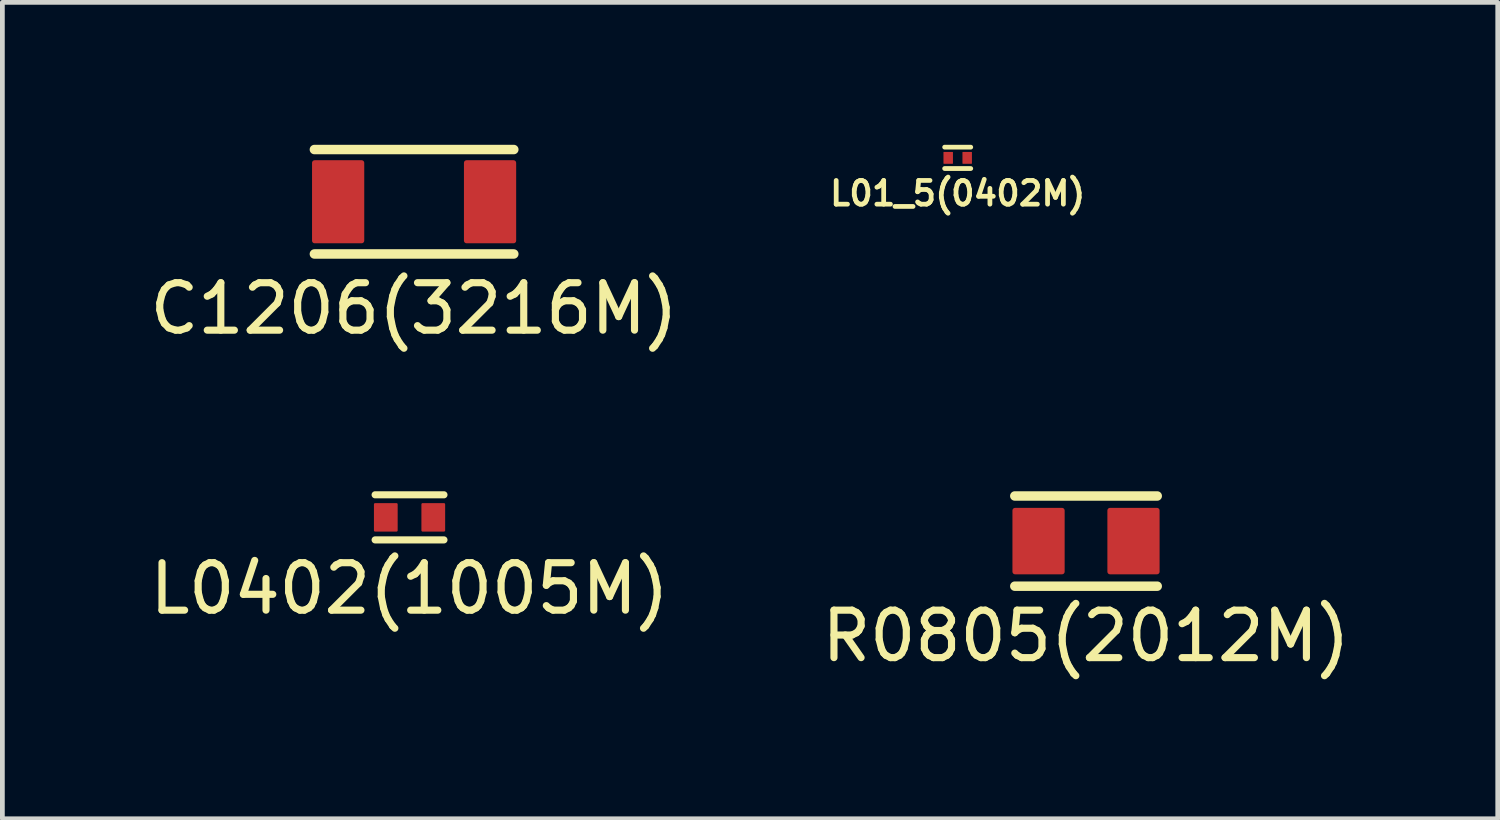
<source format=kicad_pcb>
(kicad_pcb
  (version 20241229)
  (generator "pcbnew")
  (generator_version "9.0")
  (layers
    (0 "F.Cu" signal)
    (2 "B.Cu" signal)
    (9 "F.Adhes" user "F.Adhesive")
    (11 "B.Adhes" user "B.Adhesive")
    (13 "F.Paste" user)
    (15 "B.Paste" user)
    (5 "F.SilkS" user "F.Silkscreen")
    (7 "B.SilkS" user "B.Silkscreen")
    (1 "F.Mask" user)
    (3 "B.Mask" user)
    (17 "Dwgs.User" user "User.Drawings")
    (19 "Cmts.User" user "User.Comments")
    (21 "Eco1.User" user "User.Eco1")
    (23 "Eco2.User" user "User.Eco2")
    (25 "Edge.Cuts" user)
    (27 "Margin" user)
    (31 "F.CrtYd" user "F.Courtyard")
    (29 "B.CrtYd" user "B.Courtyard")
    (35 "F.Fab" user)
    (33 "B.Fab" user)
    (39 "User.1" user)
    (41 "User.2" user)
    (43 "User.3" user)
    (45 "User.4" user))
  (footprint "L01_5(0402M)"
    (layer "F.Cu")
    (at 17.124 0.275)
    (property "Reference" "L01_5(0402M)" (at 0 0.75 0) (layer "F.SilkS") (effects (font (size 0.5 0.5) (thickness 0.1))))
    (attr smd)
    (fp_line (start -0.275 -0.225) (end 0.275 -0.225) (stroke (width 0.1) (type solid)) (layer "F.SilkS"))
    (fp_line (start -0.275 0.225) (end 0.275 0.225) (stroke (width 0.1) (type solid)) (layer "F.SilkS"))
    (pad "1" smd roundrect (at -0.2 0) (size 0.2 0.25) (layers "F.Cu" "F.Mask" "F.Paste") (roundrect_rratio 0.05))
    (pad "2" smd roundrect (at 0.2 0) (size 0.2 0.25) (layers "F.Cu" "F.Mask" "F.Paste") (roundrect_rratio 0.05)))
  (footprint "C1206(3216M)"
    (layer "F.Cu")
    (at 5.673 1.2)
    (property "Reference" "C1206(3216M)" (at 0 2.25 0) (layer "F.SilkS") (effects (font (size 1 1) (thickness 0.15))))
    (attr smd)
    (fp_line (start -2.1 -1.1) (end 2.1 -1.1) (stroke (width 0.2) (type solid)) (layer "F.SilkS"))
    (fp_line (start -2.1 1.1) (end 2.1 1.1) (stroke (width 0.2) (type solid)) (layer "F.SilkS"))
    (pad "1" smd roundrect (at -1.6 0) (size 1.1 1.75) (layers "F.Cu" "F.Mask" "F.Paste") (roundrect_rratio 0.05))
    (pad "2" smd roundrect (at 1.6 0) (size 1.1 1.75) (layers "F.Cu" "F.Mask" "F.Paste") (roundrect_rratio 0.05)))
  (footprint "L0402(1005M)"
    (layer "F.Cu")
    (at 5.577 7.848)
    (property "Reference" "L0402(1005M)" (at 0 1.5 0) (layer "F.SilkS") (effects (font (size 1 1) (thickness 0.15))))
    (attr smd)
    (fp_line (start -0.725 -0.475) (end 0.725 -0.475) (stroke (width 0.15) (type solid)) (layer "F.SilkS"))
    (fp_line (start -0.725 0.475) (end 0.725 0.475) (stroke (width 0.15) (type solid)) (layer "F.SilkS"))
    (pad "1" smd roundrect (at -0.5 0) (size 0.5 0.6) (layers "F.Cu" "F.Mask" "F.Paste") (roundrect_rratio 0.05))
    (pad "2" smd roundrect (at 0.5 0) (size 0.5 0.6) (layers "F.Cu" "F.Mask" "F.Paste") (roundrect_rratio 0.05)))
  (footprint "R0805(2012M)"
    (layer "F.Cu")
    (at 19.827 8.348)
    (property "Reference" "R0805(2012M)" (at 0 2 0) (layer "F.SilkS") (effects (font (size 1 1) (thickness 0.15))))
    (attr through_hole)
    (fp_line (start -1.5 -0.95) (end 1.5 -0.95) (stroke (width 0.2) (type solid)) (layer "F.SilkS"))
    (fp_line (start -1.5 0.95) (end 1.5 0.95) (stroke (width 0.2) (type solid)) (layer "F.SilkS"))
    (pad "1" smd roundrect (at -1 0) (size 1.1 1.4) (layers "F.Cu" "F.Mask" "F.Paste") (roundrect_rratio 0.05))
    (pad "2" smd roundrect (at 1 0) (size 1.1 1.4) (layers "F.Cu" "F.Mask" "F.Paste") (roundrect_rratio 0.05)))
  (gr_rect
    (start -3 -3)
    (end 28.5 14.197)
    (stroke (width 0.1) (type default))
    (fill no)
    (layer "Edge.Cuts")))
</source>
